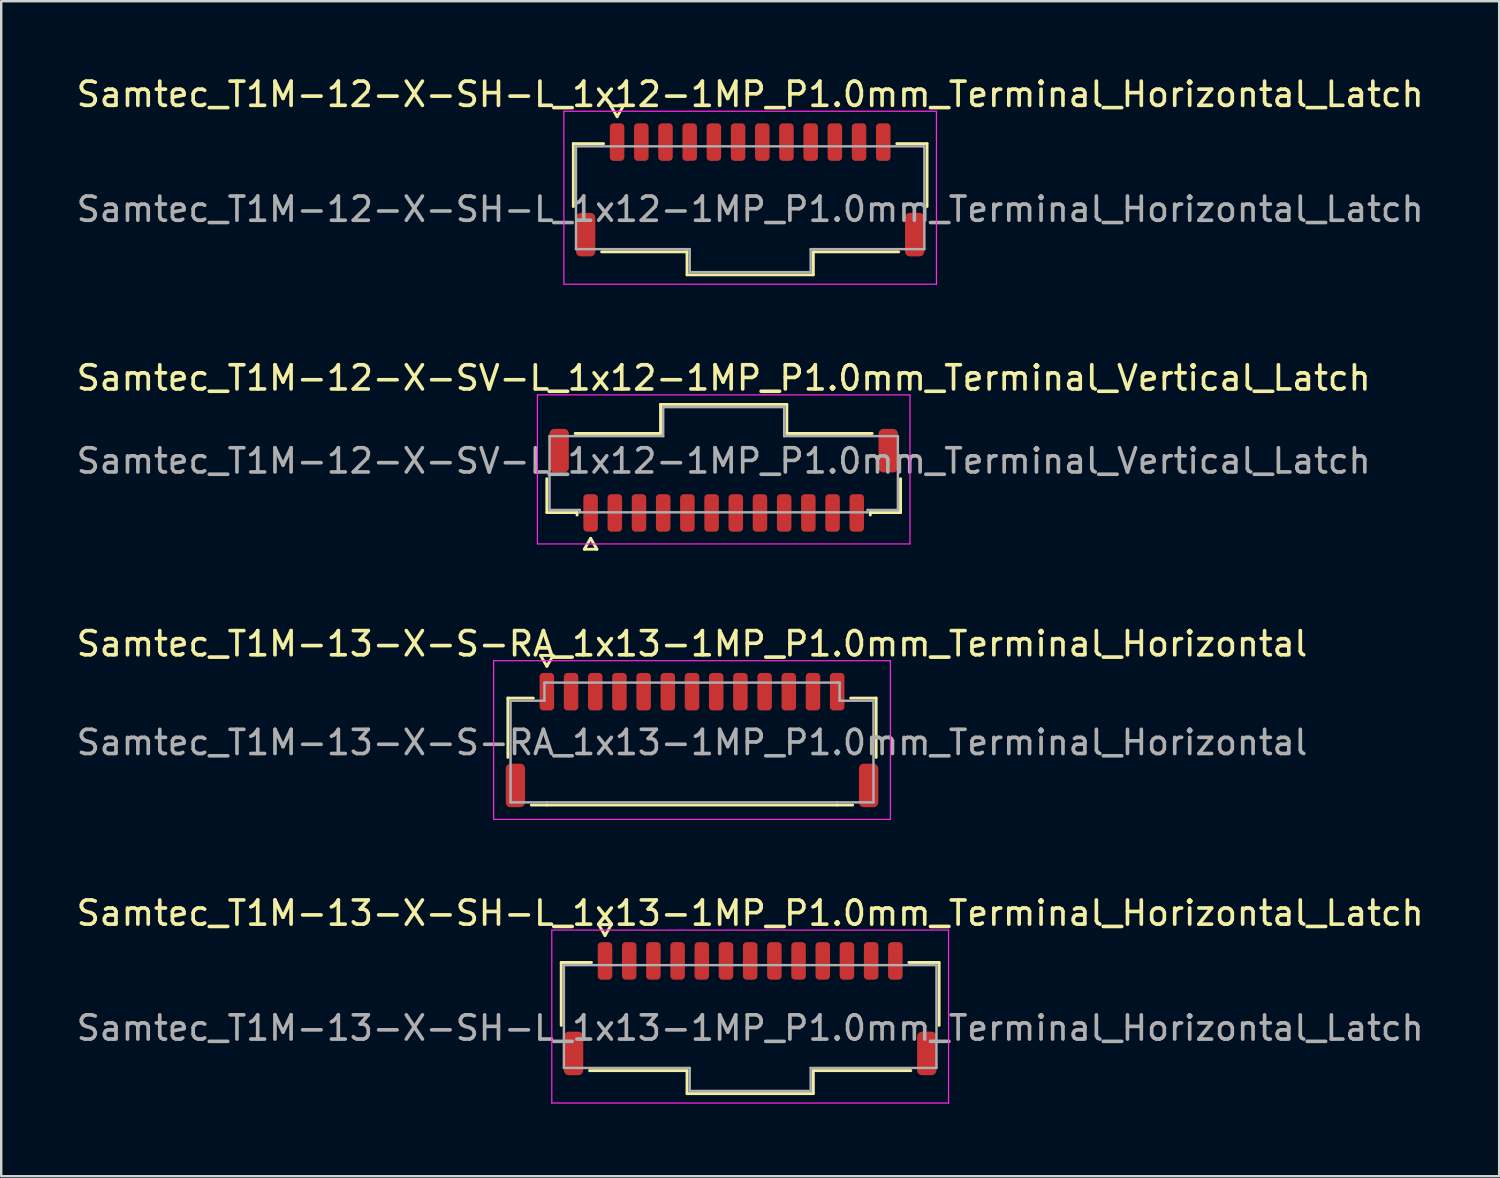
<source format=kicad_pcb>
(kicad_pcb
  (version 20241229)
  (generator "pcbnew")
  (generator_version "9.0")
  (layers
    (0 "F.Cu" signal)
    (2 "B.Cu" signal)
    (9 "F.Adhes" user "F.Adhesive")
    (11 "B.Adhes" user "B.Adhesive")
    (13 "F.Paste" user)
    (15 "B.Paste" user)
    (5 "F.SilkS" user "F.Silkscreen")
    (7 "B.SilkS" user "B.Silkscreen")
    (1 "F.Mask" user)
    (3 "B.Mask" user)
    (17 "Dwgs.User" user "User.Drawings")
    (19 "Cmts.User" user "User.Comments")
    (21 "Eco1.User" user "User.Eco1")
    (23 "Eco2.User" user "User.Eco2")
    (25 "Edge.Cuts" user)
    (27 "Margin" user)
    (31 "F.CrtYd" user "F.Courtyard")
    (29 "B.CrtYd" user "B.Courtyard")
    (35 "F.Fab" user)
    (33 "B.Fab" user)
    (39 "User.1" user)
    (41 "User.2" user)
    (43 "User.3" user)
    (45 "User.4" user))
  (footprint "Samtec_T1M-13-X-SH-L_1x13-1MP_P1.0mm_Terminal_Horizontal_Latch"
    (layer "F.Cu")
    (at 27.958 39.443)
    (property "Reference" "Samtec_T1M-13-X-SH-L_1x13-1MP_P1.0mm_Terminal_Horizontal_Latch" (at 0 -4.75 0) (layer "F.SilkS") (effects (font (size 1 1) (thickness 0.15))))
    (attr smd)
    (fp_line (start -7.81 -2.71) (end -6.56 -2.71) (stroke (width 0.12) (type solid)) (layer "F.SilkS"))
    (fp_line (start -7.81 -0.11) (end -7.81 -2.71) (stroke (width 0.12) (type solid)) (layer "F.SilkS"))
    (fp_line (start -6.26 -4.275) (end -6 -3.825) (stroke (width 0.12) (type solid)) (layer "F.SilkS"))
    (fp_line (start -6 -3.825) (end -5.74 -4.275) (stroke (width 0.12) (type solid)) (layer "F.SilkS"))
    (fp_line (start -5.74 -4.275) (end -6.26 -4.275) (stroke (width 0.12) (type solid)) (layer "F.SilkS"))
    (fp_line (start -2.61 1.76) (end -6.64 1.76) (stroke (width 0.12) (type solid)) (layer "F.SilkS"))
    (fp_line (start -2.61 2.71) (end -2.61 1.76) (stroke (width 0.12) (type solid)) (layer "F.SilkS"))
    (fp_line (start 2.61 1.76) (end 2.61 2.71) (stroke (width 0.12) (type solid)) (layer "F.SilkS"))
    (fp_line (start 2.61 2.71) (end -2.61 2.71) (stroke (width 0.12) (type solid)) (layer "F.SilkS"))
    (fp_line (start 6.56 -2.71) (end 7.81 -2.71) (stroke (width 0.12) (type solid)) (layer "F.SilkS"))
    (fp_line (start 6.64 1.76) (end 2.61 1.76) (stroke (width 0.12) (type solid)) (layer "F.SilkS"))
    (fp_line (start 7.81 -2.71) (end 7.81 -0.11) (stroke (width 0.12) (type solid)) (layer "F.SilkS"))
    (fp_line (start -8.2 -4.05) (end -8.2 3.1) (stroke (width 0.05) (type solid)) (layer "F.CrtYd"))
    (fp_line (start -8.2 3.1) (end 8.2 3.1) (stroke (width 0.05) (type solid)) (layer "F.CrtYd"))
    (fp_line (start 8.2 -4.05) (end -8.2 -4.05) (stroke (width 0.05) (type solid)) (layer "F.CrtYd"))
    (fp_line (start 8.2 3.1) (end 8.2 -4.05) (stroke (width 0.05) (type solid)) (layer "F.CrtYd"))
    (fp_line (start -7.7 -2.6) (end 7.7 -2.6) (stroke (width 0.1) (type solid)) (layer "F.Fab"))
    (fp_line (start -7.7 1.65) (end -7.7 -2.6) (stroke (width 0.1) (type solid)) (layer "F.Fab"))
    (fp_line (start -2.5 1.65) (end -7.7 1.65) (stroke (width 0.1) (type solid)) (layer "F.Fab"))
    (fp_line (start -2.5 2.6) (end -2.5 1.65) (stroke (width 0.1) (type solid)) (layer "F.Fab"))
    (fp_line (start 2.5 1.65) (end 2.5 2.6) (stroke (width 0.1) (type solid)) (layer "F.Fab"))
    (fp_line (start 2.5 2.6) (end -2.5 2.6) (stroke (width 0.1) (type solid)) (layer "F.Fab"))
    (fp_line (start 7.7 -2.6) (end 7.7 1.65) (stroke (width 0.1) (type solid)) (layer "F.Fab"))
    (fp_line (start 7.7 1.65) (end 2.5 1.65) (stroke (width 0.1) (type solid)) (layer "F.Fab"))
    (fp_text user "${REFERENCE}" (at 0 0 0) (layer "F.Fab") (effects (font (size 1 1) (thickness 0.15))))
    (pad "1" smd roundrect (at -6 -2.775) (size 0.6 1.55) (layers "F.Cu" "F.Mask" "F.Paste") (roundrect_rratio 0.25))
    (pad "2" smd roundrect (at -5 -2.775) (size 0.6 1.55) (layers "F.Cu" "F.Mask" "F.Paste") (roundrect_rratio 0.25))
    (pad "3" smd roundrect (at -4 -2.775) (size 0.6 1.55) (layers "F.Cu" "F.Mask" "F.Paste") (roundrect_rratio 0.25))
    (pad "4" smd roundrect (at -3 -2.775) (size 0.6 1.55) (layers "F.Cu" "F.Mask" "F.Paste") (roundrect_rratio 0.25))
    (pad "5" smd roundrect (at -2 -2.775) (size 0.6 1.55) (layers "F.Cu" "F.Mask" "F.Paste") (roundrect_rratio 0.25))
    (pad "6" smd roundrect (at -1 -2.775) (size 0.6 1.55) (layers "F.Cu" "F.Mask" "F.Paste") (roundrect_rratio 0.25))
    (pad "7" smd roundrect (at 0 -2.775) (size 0.6 1.55) (layers "F.Cu" "F.Mask" "F.Paste") (roundrect_rratio 0.25))
    (pad "8" smd roundrect (at 1 -2.775) (size 0.6 1.55) (layers "F.Cu" "F.Mask" "F.Paste") (roundrect_rratio 0.25))
    (pad "9" smd roundrect (at 2 -2.775) (size 0.6 1.55) (layers "F.Cu" "F.Mask" "F.Paste") (roundrect_rratio 0.25))
    (pad "10" smd roundrect (at 3 -2.775) (size 0.6 1.55) (layers "F.Cu" "F.Mask" "F.Paste") (roundrect_rratio 0.25))
    (pad "11" smd roundrect (at 4 -2.775) (size 0.6 1.55) (layers "F.Cu" "F.Mask" "F.Paste") (roundrect_rratio 0.25))
    (pad "12" smd roundrect (at 5 -2.775) (size 0.6 1.55) (layers "F.Cu" "F.Mask" "F.Paste") (roundrect_rratio 0.25))
    (pad "13" smd roundrect (at 6 -2.775) (size 0.6 1.55) (layers "F.Cu" "F.Mask" "F.Paste") (roundrect_rratio 0.25))
    (pad "MP" smd roundrect (at -7.3 1.05) (size 0.8 1.8) (layers "F.Cu" "F.Mask" "F.Paste") (roundrect_rratio 0.25))
    (pad "MP" smd roundrect (at 7.3 1.05) (size 0.8 1.8) (layers "F.Cu" "F.Mask" "F.Paste") (roundrect_rratio 0.25)))
  (footprint "Samtec_T1M-12-X-SV-L_1x12-1MP_P1.0mm_Terminal_Vertical_Latch"
    (layer "F.Cu")
    (at 26.863 16.002)
    (property "Reference" "Samtec_T1M-12-X-SV-L_1x12-1MP_P1.0mm_Terminal_Vertical_Latch" (at 0 -3.43 0) (layer "F.SilkS") (effects (font (size 1 1) (thickness 0.15))))
    (attr smd)
    (fp_line (start -7.31 2.135) (end -7.31 0.735) (stroke (width 0.12) (type solid)) (layer "F.SilkS"))
    (fp_line (start -6.14 -1.135) (end -2.61 -1.135) (stroke (width 0.12) (type solid)) (layer "F.SilkS"))
    (fp_line (start -6.06 2.135) (end -7.31 2.135) (stroke (width 0.12) (type solid)) (layer "F.SilkS"))
    (fp_line (start -6.06 2.235) (end -6.06 2.135) (stroke (width 0.12) (type solid)) (layer "F.SilkS"))
    (fp_line (start -5.76 3.65) (end -5.5 3.2) (stroke (width 0.12) (type solid)) (layer "F.SilkS"))
    (fp_line (start -5.5 3.2) (end -5.24 3.65) (stroke (width 0.12) (type solid)) (layer "F.SilkS"))
    (fp_line (start -5.24 3.65) (end -5.76 3.65) (stroke (width 0.12) (type solid)) (layer "F.SilkS"))
    (fp_line (start -2.61 -2.335) (end 2.61 -2.335) (stroke (width 0.12) (type solid)) (layer "F.SilkS"))
    (fp_line (start -2.61 -1.135) (end -2.61 -2.335) (stroke (width 0.12) (type solid)) (layer "F.SilkS"))
    (fp_line (start 2.61 -2.335) (end 2.61 -1.135) (stroke (width 0.12) (type solid)) (layer "F.SilkS"))
    (fp_line (start 2.61 -1.135) (end 6.14 -1.135) (stroke (width 0.12) (type solid)) (layer "F.SilkS"))
    (fp_line (start 6.06 2.135) (end 6.06 2.235) (stroke (width 0.12) (type solid)) (layer "F.SilkS"))
    (fp_line (start 7.31 0.735) (end 7.31 2.135) (stroke (width 0.12) (type solid)) (layer "F.SilkS"))
    (fp_line (start 7.31 2.135) (end 6.06 2.135) (stroke (width 0.12) (type solid)) (layer "F.SilkS"))
    (fp_line (start -7.7 -2.73) (end -7.7 3.43) (stroke (width 0.05) (type solid)) (layer "F.CrtYd"))
    (fp_line (start -7.7 3.43) (end 7.7 3.43) (stroke (width 0.05) (type solid)) (layer "F.CrtYd"))
    (fp_line (start 7.7 -2.73) (end -7.7 -2.73) (stroke (width 0.05) (type solid)) (layer "F.CrtYd"))
    (fp_line (start 7.7 3.43) (end 7.7 -2.73) (stroke (width 0.05) (type solid)) (layer "F.CrtYd"))
    (fp_line (start -7.2 -1.025) (end -2.5 -1.025) (stroke (width 0.1) (type solid)) (layer "F.Fab"))
    (fp_line (start -7.2 2.025) (end -7.2 -1.025) (stroke (width 0.1) (type solid)) (layer "F.Fab"))
    (fp_line (start -5.95 2.025) (end -7.2 2.025) (stroke (width 0.1) (type solid)) (layer "F.Fab"))
    (fp_line (start -5.95 2.125) (end -5.95 2.025) (stroke (width 0.1) (type solid)) (layer "F.Fab"))
    (fp_line (start -2.5 -2.225) (end 2.5 -2.225) (stroke (width 0.1) (type solid)) (layer "F.Fab"))
    (fp_line (start -2.5 -1.025) (end -2.5 -2.225) (stroke (width 0.1) (type solid)) (layer "F.Fab"))
    (fp_line (start 2.5 -2.225) (end 2.5 -1.025) (stroke (width 0.1) (type solid)) (layer "F.Fab"))
    (fp_line (start 2.5 -1.025) (end 7.2 -1.025) (stroke (width 0.1) (type solid)) (layer "F.Fab"))
    (fp_line (start 5.95 2.025) (end 5.95 2.125) (stroke (width 0.1) (type solid)) (layer "F.Fab"))
    (fp_line (start 5.95 2.125) (end -5.95 2.125) (stroke (width 0.1) (type solid)) (layer "F.Fab"))
    (fp_line (start 7.2 -1.025) (end 7.2 2.025) (stroke (width 0.1) (type solid)) (layer "F.Fab"))
    (fp_line (start 7.2 2.025) (end 5.95 2.025) (stroke (width 0.1) (type solid)) (layer "F.Fab"))
    (fp_text user "${REFERENCE}" (at 0 0 0) (layer "F.Fab") (effects (font (size 1 1) (thickness 0.15))))
    (pad "1" smd roundrect (at -5.5 2.15) (size 0.6 1.55) (layers "F.Cu" "F.Mask" "F.Paste") (roundrect_rratio 0.25))
    (pad "2" smd roundrect (at -4.5 2.15) (size 0.6 1.55) (layers "F.Cu" "F.Mask" "F.Paste") (roundrect_rratio 0.25))
    (pad "3" smd roundrect (at -3.5 2.15) (size 0.6 1.55) (layers "F.Cu" "F.Mask" "F.Paste") (roundrect_rratio 0.25))
    (pad "4" smd roundrect (at -2.5 2.15) (size 0.6 1.55) (layers "F.Cu" "F.Mask" "F.Paste") (roundrect_rratio 0.25))
    (pad "5" smd roundrect (at -1.5 2.15) (size 0.6 1.55) (layers "F.Cu" "F.Mask" "F.Paste") (roundrect_rratio 0.25))
    (pad "6" smd roundrect (at -0.5 2.15) (size 0.6 1.55) (layers "F.Cu" "F.Mask" "F.Paste") (roundrect_rratio 0.25))
    (pad "7" smd roundrect (at 0.5 2.15) (size 0.6 1.55) (layers "F.Cu" "F.Mask" "F.Paste") (roundrect_rratio 0.25))
    (pad "8" smd roundrect (at 1.5 2.15) (size 0.6 1.55) (layers "F.Cu" "F.Mask" "F.Paste") (roundrect_rratio 0.25))
    (pad "9" smd roundrect (at 2.5 2.15) (size 0.6 1.55) (layers "F.Cu" "F.Mask" "F.Paste") (roundrect_rratio 0.25))
    (pad "10" smd roundrect (at 3.5 2.15) (size 0.6 1.55) (layers "F.Cu" "F.Mask" "F.Paste") (roundrect_rratio 0.25))
    (pad "11" smd roundrect (at 4.5 2.15) (size 0.6 1.55) (layers "F.Cu" "F.Mask" "F.Paste") (roundrect_rratio 0.25))
    (pad "12" smd roundrect (at 5.5 2.15) (size 0.6 1.55) (layers "F.Cu" "F.Mask" "F.Paste") (roundrect_rratio 0.25))
    (pad "MP" smd roundrect (at -6.8 -0.425) (size 0.8 1.8) (layers "F.Cu" "F.Mask" "F.Paste") (roundrect_rratio 0.25))
    (pad "MP" smd roundrect (at 6.8 -0.425) (size 0.8 1.8) (layers "F.Cu" "F.Mask" "F.Paste") (roundrect_rratio 0.25)))
  (footprint "Samtec_T1M-12-X-SH-L_1x12-1MP_P1.0mm_Terminal_Horizontal_Latch"
    (layer "F.Cu")
    (at 27.958 5.598)
    (property "Reference" "Samtec_T1M-12-X-SH-L_1x12-1MP_P1.0mm_Terminal_Horizontal_Latch" (at 0 -4.75 0) (layer "F.SilkS") (effects (font (size 1 1) (thickness 0.15))))
    (attr smd)
    (fp_line (start -7.31 -2.71) (end -6.06 -2.71) (stroke (width 0.12) (type solid)) (layer "F.SilkS"))
    (fp_line (start -7.31 -0.11) (end -7.31 -2.71) (stroke (width 0.12) (type solid)) (layer "F.SilkS"))
    (fp_line (start -5.76 -4.275) (end -5.5 -3.825) (stroke (width 0.12) (type solid)) (layer "F.SilkS"))
    (fp_line (start -5.5 -3.825) (end -5.24 -4.275) (stroke (width 0.12) (type solid)) (layer "F.SilkS"))
    (fp_line (start -5.24 -4.275) (end -5.76 -4.275) (stroke (width 0.12) (type solid)) (layer "F.SilkS"))
    (fp_line (start -2.61 1.76) (end -6.14 1.76) (stroke (width 0.12) (type solid)) (layer "F.SilkS"))
    (fp_line (start -2.61 2.71) (end -2.61 1.76) (stroke (width 0.12) (type solid)) (layer "F.SilkS"))
    (fp_line (start 2.61 1.76) (end 2.61 2.71) (stroke (width 0.12) (type solid)) (layer "F.SilkS"))
    (fp_line (start 2.61 2.71) (end -2.61 2.71) (stroke (width 0.12) (type solid)) (layer "F.SilkS"))
    (fp_line (start 6.06 -2.71) (end 7.31 -2.71) (stroke (width 0.12) (type solid)) (layer "F.SilkS"))
    (fp_line (start 6.14 1.76) (end 2.61 1.76) (stroke (width 0.12) (type solid)) (layer "F.SilkS"))
    (fp_line (start 7.31 -2.71) (end 7.31 -0.11) (stroke (width 0.12) (type solid)) (layer "F.SilkS"))
    (fp_line (start -7.7 -4.05) (end -7.7 3.1) (stroke (width 0.05) (type solid)) (layer "F.CrtYd"))
    (fp_line (start -7.7 3.1) (end 7.7 3.1) (stroke (width 0.05) (type solid)) (layer "F.CrtYd"))
    (fp_line (start 7.7 -4.05) (end -7.7 -4.05) (stroke (width 0.05) (type solid)) (layer "F.CrtYd"))
    (fp_line (start 7.7 3.1) (end 7.7 -4.05) (stroke (width 0.05) (type solid)) (layer "F.CrtYd"))
    (fp_line (start -7.2 -2.6) (end 7.2 -2.6) (stroke (width 0.1) (type solid)) (layer "F.Fab"))
    (fp_line (start -7.2 1.65) (end -7.2 -2.6) (stroke (width 0.1) (type solid)) (layer "F.Fab"))
    (fp_line (start -2.5 1.65) (end -7.2 1.65) (stroke (width 0.1) (type solid)) (layer "F.Fab"))
    (fp_line (start -2.5 2.6) (end -2.5 1.65) (stroke (width 0.1) (type solid)) (layer "F.Fab"))
    (fp_line (start 2.5 1.65) (end 2.5 2.6) (stroke (width 0.1) (type solid)) (layer "F.Fab"))
    (fp_line (start 2.5 2.6) (end -2.5 2.6) (stroke (width 0.1) (type solid)) (layer "F.Fab"))
    (fp_line (start 7.2 -2.6) (end 7.2 1.65) (stroke (width 0.1) (type solid)) (layer "F.Fab"))
    (fp_line (start 7.2 1.65) (end 2.5 1.65) (stroke (width 0.1) (type solid)) (layer "F.Fab"))
    (fp_text user "${REFERENCE}" (at 0 0 0) (layer "F.Fab") (effects (font (size 1 1) (thickness 0.15))))
    (pad "1" smd roundrect (at -5.5 -2.775) (size 0.6 1.55) (layers "F.Cu" "F.Mask" "F.Paste") (roundrect_rratio 0.25))
    (pad "2" smd roundrect (at -4.5 -2.775) (size 0.6 1.55) (layers "F.Cu" "F.Mask" "F.Paste") (roundrect_rratio 0.25))
    (pad "3" smd roundrect (at -3.5 -2.775) (size 0.6 1.55) (layers "F.Cu" "F.Mask" "F.Paste") (roundrect_rratio 0.25))
    (pad "4" smd roundrect (at -2.5 -2.775) (size 0.6 1.55) (layers "F.Cu" "F.Mask" "F.Paste") (roundrect_rratio 0.25))
    (pad "5" smd roundrect (at -1.5 -2.775) (size 0.6 1.55) (layers "F.Cu" "F.Mask" "F.Paste") (roundrect_rratio 0.25))
    (pad "6" smd roundrect (at -0.5 -2.775) (size 0.6 1.55) (layers "F.Cu" "F.Mask" "F.Paste") (roundrect_rratio 0.25))
    (pad "7" smd roundrect (at 0.5 -2.775) (size 0.6 1.55) (layers "F.Cu" "F.Mask" "F.Paste") (roundrect_rratio 0.25))
    (pad "8" smd roundrect (at 1.5 -2.775) (size 0.6 1.55) (layers "F.Cu" "F.Mask" "F.Paste") (roundrect_rratio 0.25))
    (pad "9" smd roundrect (at 2.5 -2.775) (size 0.6 1.55) (layers "F.Cu" "F.Mask" "F.Paste") (roundrect_rratio 0.25))
    (pad "10" smd roundrect (at 3.5 -2.775) (size 0.6 1.55) (layers "F.Cu" "F.Mask" "F.Paste") (roundrect_rratio 0.25))
    (pad "11" smd roundrect (at 4.5 -2.775) (size 0.6 1.55) (layers "F.Cu" "F.Mask" "F.Paste") (roundrect_rratio 0.25))
    (pad "12" smd roundrect (at 5.5 -2.775) (size 0.6 1.55) (layers "F.Cu" "F.Mask" "F.Paste") (roundrect_rratio 0.25))
    (pad "MP" smd roundrect (at -6.8 1.05) (size 0.8 1.8) (layers "F.Cu" "F.Mask" "F.Paste") (roundrect_rratio 0.25))
    (pad "MP" smd roundrect (at 6.8 1.05) (size 0.8 1.8) (layers "F.Cu" "F.Mask" "F.Paste") (roundrect_rratio 0.25)))
  (footprint "Samtec_T1M-13-X-S-RA_1x13-1MP_P1.0mm_Terminal_Horizontal"
    (layer "F.Cu")
    (at 25.554 27.64)
    (property "Reference" "Samtec_T1M-13-X-S-RA_1x13-1MP_P1.0mm_Terminal_Horizontal" (at 0 -4.08 0) (layer "F.SilkS") (effects (font (size 1 1) (thickness 0.15))))
    (attr smd)
    (fp_line (start -7.61 -1.835) (end -6.56 -1.835) (stroke (width 0.12) (type solid)) (layer "F.SilkS"))
    (fp_line (start -7.61 0.615) (end -7.61 -1.835) (stroke (width 0.12) (type solid)) (layer "F.SilkS"))
    (fp_line (start -6.26 -3.6) (end -6 -3.15) (stroke (width 0.12) (type solid)) (layer "F.SilkS"))
    (fp_line (start -6 -3.15) (end -5.74 -3.6) (stroke (width 0.12) (type solid)) (layer "F.SilkS"))
    (fp_line (start -6 2.585) (end -6.64 2.585) (stroke (width 0.12) (type solid)) (layer "F.SilkS"))
    (fp_line (start -5.74 -3.6) (end -6.26 -3.6) (stroke (width 0.12) (type solid)) (layer "F.SilkS"))
    (fp_line (start 6 2.585) (end -6 2.585) (stroke (width 0.12) (type solid)) (layer "F.SilkS"))
    (fp_line (start 6.56 -1.835) (end 7.61 -1.835) (stroke (width 0.12) (type solid)) (layer "F.SilkS"))
    (fp_line (start 6.64 2.585) (end 6 2.585) (stroke (width 0.12) (type solid)) (layer "F.SilkS"))
    (fp_line (start 7.61 -1.835) (end 7.61 0.615) (stroke (width 0.12) (type solid)) (layer "F.SilkS"))
    (fp_line (start -8.2 -3.38) (end -8.2 3.18) (stroke (width 0.05) (type solid)) (layer "F.CrtYd"))
    (fp_line (start -8.2 3.18) (end 8.2 3.18) (stroke (width 0.05) (type solid)) (layer "F.CrtYd"))
    (fp_line (start 8.2 -3.38) (end -8.2 -3.38) (stroke (width 0.05) (type solid)) (layer "F.CrtYd"))
    (fp_line (start 8.2 3.18) (end 8.2 -3.38) (stroke (width 0.05) (type solid)) (layer "F.CrtYd"))
    (fp_line (start -7.5 -1.725) (end -6.1 -1.725) (stroke (width 0.1) (type solid)) (layer "F.Fab"))
    (fp_line (start -7.5 2.475) (end -7.5 -1.725) (stroke (width 0.1) (type solid)) (layer "F.Fab"))
    (fp_line (start -6.1 -2.475) (end -6 -2.475) (stroke (width 0.1) (type solid)) (layer "F.Fab"))
    (fp_line (start -6.1 -1.725) (end -6.1 -2.475) (stroke (width 0.1) (type solid)) (layer "F.Fab"))
    (fp_line (start -6 -2.475) (end 6 -2.475) (stroke (width 0.1) (type solid)) (layer "F.Fab"))
    (fp_line (start -6 2.475) (end -7.5 2.475) (stroke (width 0.1) (type solid)) (layer "F.Fab"))
    (fp_line (start 6 -2.475) (end 6.1 -2.475) (stroke (width 0.1) (type solid)) (layer "F.Fab"))
    (fp_line (start 6 2.475) (end -6 2.475) (stroke (width 0.1) (type solid)) (layer "F.Fab"))
    (fp_line (start 6.1 -2.475) (end 6.1 -1.725) (stroke (width 0.1) (type solid)) (layer "F.Fab"))
    (fp_line (start 6.1 -1.725) (end 7.5 -1.725) (stroke (width 0.1) (type solid)) (layer "F.Fab"))
    (fp_line (start 7.5 -1.725) (end 7.5 2.475) (stroke (width 0.1) (type solid)) (layer "F.Fab"))
    (fp_line (start 7.5 2.475) (end 6 2.475) (stroke (width 0.1) (type solid)) (layer "F.Fab"))
    (fp_text user "${REFERENCE}" (at 0 0 0) (layer "F.Fab") (effects (font (size 1 1) (thickness 0.15))))
    (pad "1" smd roundrect (at -6 -2.1) (size 0.6 1.55) (layers "F.Cu" "F.Mask" "F.Paste") (roundrect_rratio 0.25))
    (pad "2" smd roundrect (at -5 -2.1) (size 0.6 1.55) (layers "F.Cu" "F.Mask" "F.Paste") (roundrect_rratio 0.25))
    (pad "3" smd roundrect (at -4 -2.1) (size 0.6 1.55) (layers "F.Cu" "F.Mask" "F.Paste") (roundrect_rratio 0.25))
    (pad "4" smd roundrect (at -3 -2.1) (size 0.6 1.55) (layers "F.Cu" "F.Mask" "F.Paste") (roundrect_rratio 0.25))
    (pad "5" smd roundrect (at -2 -2.1) (size 0.6 1.55) (layers "F.Cu" "F.Mask" "F.Paste") (roundrect_rratio 0.25))
    (pad "6" smd roundrect (at -1 -2.1) (size 0.6 1.55) (layers "F.Cu" "F.Mask" "F.Paste") (roundrect_rratio 0.25))
    (pad "7" smd roundrect (at 0 -2.1) (size 0.6 1.55) (layers "F.Cu" "F.Mask" "F.Paste") (roundrect_rratio 0.25))
    (pad "8" smd roundrect (at 1 -2.1) (size 0.6 1.55) (layers "F.Cu" "F.Mask" "F.Paste") (roundrect_rratio 0.25))
    (pad "9" smd roundrect (at 2 -2.1) (size 0.6 1.55) (layers "F.Cu" "F.Mask" "F.Paste") (roundrect_rratio 0.25))
    (pad "10" smd roundrect (at 3 -2.1) (size 0.6 1.55) (layers "F.Cu" "F.Mask" "F.Paste") (roundrect_rratio 0.25))
    (pad "11" smd roundrect (at 4 -2.1) (size 0.6 1.55) (layers "F.Cu" "F.Mask" "F.Paste") (roundrect_rratio 0.25))
    (pad "12" smd roundrect (at 5 -2.1) (size 0.6 1.55) (layers "F.Cu" "F.Mask" "F.Paste") (roundrect_rratio 0.25))
    (pad "13" smd roundrect (at 6 -2.1) (size 0.6 1.55) (layers "F.Cu" "F.Mask" "F.Paste") (roundrect_rratio 0.25))
    (pad "MP" smd roundrect (at -7.3 1.775) (size 0.8 1.8) (layers "F.Cu" "F.Mask" "F.Paste") (roundrect_rratio 0.25))
    (pad "MP" smd roundrect (at 7.3 1.775) (size 0.8 1.8) (layers "F.Cu" "F.Mask" "F.Paste") (roundrect_rratio 0.25)))
  (gr_rect
    (start -3 -3)
    (end 58.917 45.568)
    (stroke (width 0.1) (type default))
    (fill no)
    (layer "Edge.Cuts")))
</source>
